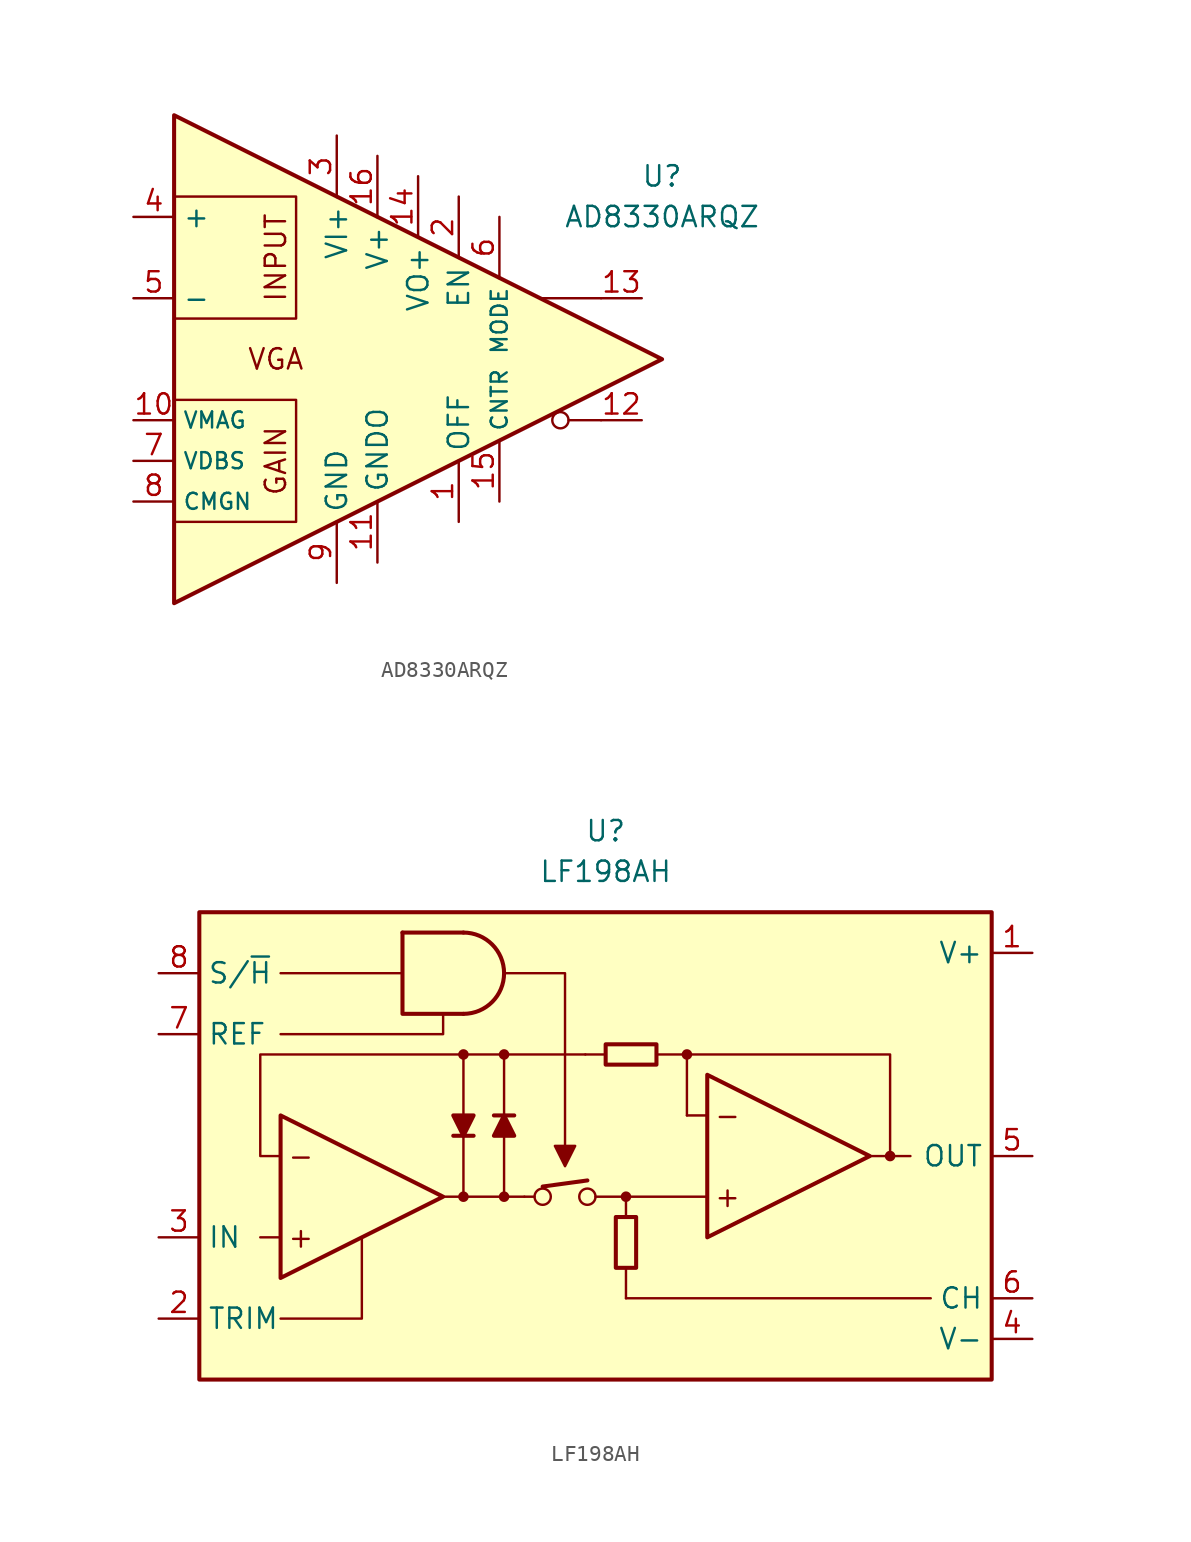
<source format=kicad_sym>
(kicad_symbol_lib
  (version 20231120)
  (generator "kicad_symbol_editor")
  (generator_version "8.0")
  (symbol "AD8330ARQZ"
    (property "Reference" "U"
      (at 13.97 11.43 0)
      (effects (font (size 1.27 1.27))))
    (property "Value" "AD8330ARQZ"
      (at 13.97 8.89 0)
      (effects (font (size 1.27 1.27))))
    (symbol "AD8330ARQZ_0_0"
      (polyline (pts (xy 10.16 3.81) (xy 6.35 3.81)) (stroke (width 0.152) (type default)) (fill (type none)))
      (polyline (pts (xy 10.16 -3.81) (xy 8.89 -3.81) (xy 8.128 -3.81)) (stroke (width 0.152) (type default)) (fill (type none)))
      (polyline (pts (xy -16.51 -2.54) (xy -8.89 -2.54) (xy -8.89 -10.16) (xy -16.51 -10.16)) (stroke (width 0.152) (type default)) (fill (type none)))
      (polyline (pts (xy -16.51 2.54) (xy -8.89 2.54) (xy -8.89 10.16) (xy -16.51 10.16)) (stroke (width 0.152) (type default)) (fill (type none)))
      (polyline (pts (xy -16.51 15.24) (xy 13.97 0) (xy -16.51 -15.24) (xy -16.51 15.24)) (stroke (width 0.254) (type default)) (fill (type background)))
      (circle (center 7.62 -3.81) (radius 0.508) (stroke (width 0.152) (type default)) (fill (type none)))
      (text "GAIN" (at -10.16 -6.35 900) (effects (font (size 1.27 1.27))))
      (text "INPUT" (at -10.16 6.35 900) (effects (font (size 1.27 1.27))))
      (text "VGA" (at -10.16 0 0) (effects (font (size 1.27 1.27)))))
    (symbol "AD8330ARQZ_1_1"
      (pin input line (at 1.27 -10.16 90) (length 3.84) (name "OFF" (effects (font (size 1.27 1.27)))) (number "1" (effects (font (size 1.27 1.27)))))
      (pin input line (at -19.05 -3.81 0) (length 2.54) (name "VMAG" (effects (font (size 1 1)))) (number "10" (effects (font (size 1.27 1.27)))))
      (pin power_in line (at -3.81 -12.7 90) (length 3.84) (name "GNDO" (effects (font (size 1.27 1.27)))) (number "11" (effects (font (size 1.27 1.27)))))
      (pin output line (at 12.7 -3.81 180) (length 2.54) (name "~" (effects (font (size 1.27 1.27)))) (number "12" (effects (font (size 1.27 1.27)))))
      (pin output line (at 12.7 3.81 180) (length 2.54) (name "~" (effects (font (size 1.27 1.27)))) (number "13" (effects (font (size 1.27 1.27)))))
      (pin power_in line (at -1.27 11.43 270) (length 3.84) (name "VO+" (effects (font (size 1.27 1.27)))) (number "14" (effects (font (size 1.27 1.27)))))
      (pin passive line (at 3.81 -8.89 90) (length 3.84) (name "CNTR" (effects (font (size 1 1)))) (number "15" (effects (font (size 1.27 1.27)))))
      (pin power_in line (at -3.81 12.7 270) (length 3.84) (name "V+" (effects (font (size 1.27 1.27)))) (number "16" (effects (font (size 1.27 1.27)))))
      (pin input line (at 1.27 10.16 270) (length 3.84) (name "EN" (effects (font (size 1.27 1.27)))) (number "2" (effects (font (size 1.27 1.27)))))
      (pin power_in line (at -6.35 13.97 270) (length 3.84) (name "VI+" (effects (font (size 1.27 1.27)))) (number "3" (effects (font (size 1.27 1.27)))))
      (pin input line (at -19.05 8.89 0) (length 2.54) (name "+" (effects (font (size 1.27 1.27)))) (number "4" (effects (font (size 1.27 1.27)))))
      (pin input line (at -19.05 3.81 0) (length 2.54) (name "-" (effects (font (size 1.27 1.27)))) (number "5" (effects (font (size 1.27 1.27)))))
      (pin input line (at 3.81 8.89 270) (length 3.84) (name "MODE" (effects (font (size 1 1)))) (number "6" (effects (font (size 1.27 1.27)))))
      (pin input line (at -19.05 -6.35 0) (length 2.54) (name "VDBS" (effects (font (size 1 1)))) (number "7" (effects (font (size 1.27 1.27)))))
      (pin input line (at -19.05 -8.89 0) (length 2.54) (name "CMGN" (effects (font (size 1 1)))) (number "8" (effects (font (size 1.27 1.27)))))
      (pin power_in line (at -6.35 -13.97 90) (length 3.84) (name "GND" (effects (font (size 1.27 1.27)))) (number "9" (effects (font (size 1.27 1.27)))))))
  (symbol "LF198AH"
    (property "Reference" "U"
      (at 0 19.05 0)
      (effects (font (size 1.27 1.27))))
    (property "Value" "LF198AH"
      (at 0 16.51 0)
      (effects (font (size 1.27 1.27))))
    (symbol "LF198AH_0_0"
      (circle (center -8.89 -3.81) (radius 0.254) (stroke (width 0.152) (type default)) (fill (type outline)))
      (circle (center -8.89 5.08) (radius 0.254) (stroke (width 0.152) (type default)) (fill (type outline)))
      (circle (center -6.35 -3.81) (radius 0.254) (stroke (width 0.152) (type default)) (fill (type outline)))
      (circle (center -6.35 5.08) (radius 0.254) (stroke (width 0.152) (type default)) (fill (type outline)))
      (circle (center -3.937 -3.81) (radius 0.508) (stroke (width 0) (type default)) (fill (type none)))
      (circle (center -1.143 -3.81) (radius 0.508) (stroke (width 0) (type default)) (fill (type none)))
      (polyline (pts (xy -20.32 -6.35) (xy -21.59 -6.35)) (stroke (width 0.152) (type default)) (fill (type none)))
      (polyline (pts (xy -12.7 10.16) (xy -20.32 10.16)) (stroke (width 0.152) (type default)) (fill (type none)))
      (polyline (pts (xy -5.08 -3.81) (xy -4.445 -3.81)) (stroke (width 0.152) (type default)) (fill (type none)))
      (polyline (pts (xy -3.937 -3.175) (xy -1.143 -2.794)) (stroke (width 0.254) (type default)) (fill (type none)))
      (polyline (pts (xy 0 5.08) (xy -1.27 5.08)) (stroke (width 0.152) (type default)) (fill (type none)))
      (polyline (pts (xy 1.27 -8.255) (xy 1.27 -10.16)) (stroke (width 0.152) (type default)) (fill (type none)))
      (polyline (pts (xy 16.51 -1.27) (xy 17.78 -1.27)) (stroke (width 0.152) (type default)) (fill (type none)))
      (polyline (pts (xy 17.78 -1.27) (xy 19.05 -1.27)) (stroke (width 0.152) (type default)) (fill (type none)))
      (polyline (pts (xy -20.32 -11.43) (xy -15.24 -11.43) (xy -15.24 -6.35)) (stroke (width 0.152) (type default)) (fill (type none)))
      (polyline (pts (xy -10.16 7.62) (xy -10.16 6.35) (xy -20.32 6.35)) (stroke (width 0.152) (type default)) (fill (type none)))
      (polyline (pts (xy -6.35 10.16) (xy -2.54 10.16) (xy -2.54 -1.27)) (stroke (width 0.152) (type default)) (fill (type none)))
      (polyline (pts (xy -2.54 -1.905) (xy -3.175 -0.635) (xy -1.905 -0.635) (xy -2.54 -1.905)) (stroke (width 0.152) (type default)) (fill (type outline)))
      (circle (center 1.27 -3.81) (radius 0.254) (stroke (width 0.152) (type default)) (fill (type outline)))
      (circle (center 5.08 5.08) (radius 0.254) (stroke (width 0.152) (type default)) (fill (type outline)))
      (circle (center 17.78 -1.27) (radius 0.254) (stroke (width 0.152) (type default)) (fill (type outline)))
      (text "+" (at -19.05 -6.35 0) (effects (font (size 1.27 1.27))))
      (text "+" (at 7.62 -3.81 0) (effects (font (size 1.27 1.27))))
      (text "-" (at -19.05 -1.27 0) (effects (font (size 1.27 1.27))))
      (text "-" (at 7.62 1.27 0) (effects (font (size 1.27 1.27)))))
    (symbol "LF198AH_0_1"
      (rectangle (start -25.4 13.97) (end 24.13 -15.24) (stroke (width 0.254) (type default)) (fill (type background)))
      (arc (start -8.89 7.62) (mid -6.361 10.16) (end -8.89 12.7) (stroke (width 0.254) (type default)) (fill (type none)))
      (polyline (pts (xy -12.7 12.7) (xy -8.89 12.7)) (stroke (width 0.254) (type default)) (fill (type none)))
      (polyline (pts (xy -9.525 0) (xy -8.255 0)) (stroke (width 0.254) (type default)) (fill (type none)))
      (polyline (pts (xy -8.89 0) (xy -8.89 -3.81)) (stroke (width 0.152) (type default)) (fill (type none)))
      (polyline (pts (xy -8.89 1.27) (xy -8.89 5.08)) (stroke (width 0.152) (type default)) (fill (type none)))
      (polyline (pts (xy -6.35 0) (xy -6.35 -3.81)) (stroke (width 0.152) (type default)) (fill (type none)))
      (polyline (pts (xy -6.35 1.27) (xy -6.35 5.08)) (stroke (width 0.152) (type default)) (fill (type none)))
      (polyline (pts (xy -5.715 1.27) (xy -6.985 1.27)) (stroke (width 0.254) (type default)) (fill (type none)))
      (polyline (pts (xy -5.08 -3.81) (xy -10.16 -3.81)) (stroke (width 0.152) (type default)) (fill (type none)))
      (polyline (pts (xy 1.27 -10.16) (xy 20.32 -10.16)) (stroke (width 0.152) (type default)) (fill (type none)))
      (polyline (pts (xy 1.27 -5.08) (xy 1.27 -3.81)) (stroke (width 0.152) (type default)) (fill (type none)))
      (polyline (pts (xy 5.08 1.27) (xy 5.08 5.08)) (stroke (width 0.152) (type default)) (fill (type none)))
      (polyline (pts (xy 6.35 -3.81) (xy -0.635 -3.81)) (stroke (width 0.152) (type default)) (fill (type none)))
      (polyline (pts (xy 6.35 1.27) (xy 5.08 1.27)) (stroke (width 0.152) (type default)) (fill (type none)))
      (polyline (pts (xy -12.7 12.7) (xy -12.7 7.62) (xy -8.89 7.62)) (stroke (width 0.254) (type default)) (fill (type none)))
      (polyline (pts (xy 3.175 5.08) (xy 17.78 5.08) (xy 17.78 -1.27)) (stroke (width 0.152) (type default)) (fill (type none)))
      (polyline (pts (xy -20.32 1.27) (xy -20.32 -8.89) (xy -10.16 -3.81) (xy -20.32 1.27)) (stroke (width 0.254) (type default)) (fill (type none)))
      (polyline (pts (xy -8.89 0) (xy -9.525 1.27) (xy -8.255 1.27) (xy -8.89 0)) (stroke (width 0.254) (type default)) (fill (type outline)))
      (polyline (pts (xy -6.35 1.27) (xy -5.715 0) (xy -6.985 0) (xy -6.35 1.27)) (stroke (width 0.254) (type default)) (fill (type outline)))
      (polyline (pts (xy -1.27 5.08) (xy -21.59 5.08) (xy -21.59 -1.27) (xy -20.32 -1.27)) (stroke (width 0.152) (type default)) (fill (type none)))
      (polyline (pts (xy 6.35 3.81) (xy 6.35 -6.35) (xy 16.51 -1.27) (xy 6.35 3.81)) (stroke (width 0.254) (type default)) (fill (type none)))
      (rectangle (start 0 4.445) (end 3.175 5.715) (stroke (width 0.254) (type default)) (fill (type none)))
      (rectangle (start 0.635 -5.08) (end 1.905 -8.255) (stroke (width 0.254) (type default)) (fill (type none))))
    (symbol "LF198AH_1_1"
      (pin power_in line (at 26.67 11.43 180) (length 2.54) (name "V+" (effects (font (size 1.27 1.27)))) (number "1" (effects (font (size 1.27 1.27)))))
      (pin passive line (at -27.94 -11.43 0) (length 2.54) (name "TRIM" (effects (font (size 1.27 1.27)))) (number "2" (effects (font (size 1.27 1.27)))))
      (pin input line (at -27.94 -6.35 0) (length 2.54) (name "IN" (effects (font (size 1.27 1.27)))) (number "3" (effects (font (size 1.27 1.27)))))
      (pin power_in line (at 26.67 -12.7 180) (length 2.54) (name "V-" (effects (font (size 1.27 1.27)))) (number "4" (effects (font (size 1.27 1.27)))))
      (pin output line (at 26.67 -1.27 180) (length 2.54) (name "OUT" (effects (font (size 1.27 1.27)))) (number "5" (effects (font (size 1.27 1.27)))))
      (pin passive line (at 26.67 -10.16 180) (length 2.54) (name "CH" (effects (font (size 1.27 1.27)))) (number "6" (effects (font (size 1.27 1.27)))))
      (pin input line (at -27.94 6.35 0) (length 2.54) (name "REF" (effects (font (size 1.27 1.27)))) (number "7" (effects (font (size 1.27 1.27)))))
      (pin input line (at -27.94 10.16 0) (length 2.54) (name "S/~{H}" (effects (font (size 1.27 1.27)))) (number "8" (effects (font (size 1.27 1.27))))))))
</source>
